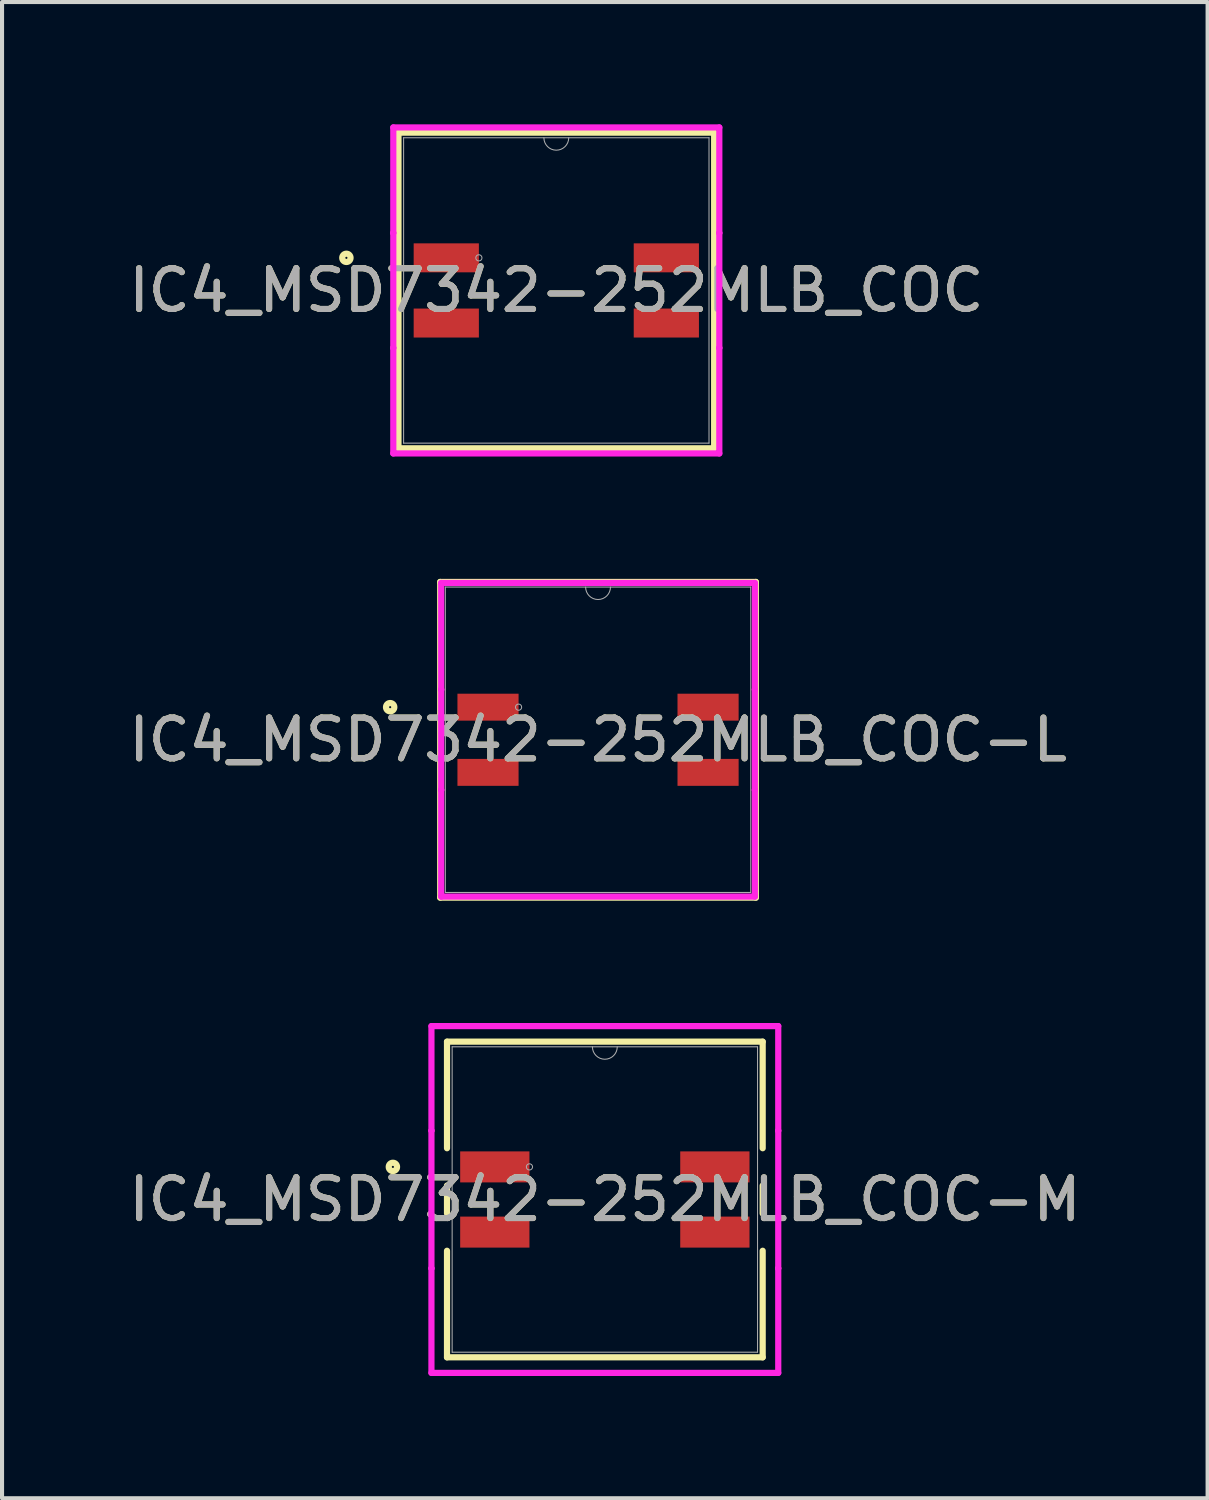
<source format=kicad_pcb>
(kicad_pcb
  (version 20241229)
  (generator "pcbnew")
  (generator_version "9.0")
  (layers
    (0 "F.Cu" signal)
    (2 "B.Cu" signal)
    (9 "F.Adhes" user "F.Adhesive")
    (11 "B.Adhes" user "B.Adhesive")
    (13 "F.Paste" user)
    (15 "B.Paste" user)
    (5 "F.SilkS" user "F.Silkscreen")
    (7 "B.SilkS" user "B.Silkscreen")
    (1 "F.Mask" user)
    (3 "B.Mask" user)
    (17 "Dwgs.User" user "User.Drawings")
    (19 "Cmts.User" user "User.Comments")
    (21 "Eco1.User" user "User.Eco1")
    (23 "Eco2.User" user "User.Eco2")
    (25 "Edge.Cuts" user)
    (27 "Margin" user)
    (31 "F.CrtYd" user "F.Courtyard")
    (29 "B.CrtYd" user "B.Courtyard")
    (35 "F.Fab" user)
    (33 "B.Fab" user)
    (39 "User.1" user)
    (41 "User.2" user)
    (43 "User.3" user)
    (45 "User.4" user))
  (footprint "IC4_MSD7342-252MLB_COC"
    (layer "F.Cu")
    (at 10.601 4.077)
    (property "Reference" "IC4_MSD7342-252MLB_COC" (at 0 0 0) (unlocked yes) (layer "F.SilkS") (effects (font (size 1 1) (thickness 0.15))))
    (attr smd)
    (fp_line (start -3.873 -3.873) (end -3.873 3.873) (stroke (width 0.152) (type solid)) (layer "F.SilkS"))
    (fp_line (start -3.873 3.873) (end 3.873 3.873) (stroke (width 0.152) (type solid)) (layer "F.SilkS"))
    (fp_line (start 3.873 -3.873) (end -3.873 -3.873) (stroke (width 0.152) (type solid)) (layer "F.SilkS"))
    (fp_line (start 3.873 3.873) (end 3.873 -3.873) (stroke (width 0.152) (type solid)) (layer "F.SilkS"))
    (fp_circle (center -5.151 -0.8) (end -5.049 -0.8) (stroke (width 0.152) (type solid)) (fill no) (layer "F.SilkS"))
    (fp_line (start -4 -4) (end 4 -4) (stroke (width 0.152) (type solid)) (layer "F.CrtYd"))
    (fp_line (start -4 -1.41) (end -4 -4) (stroke (width 0.152) (type solid)) (layer "F.CrtYd"))
    (fp_line (start -4 -1.41) (end -4 -1.41) (stroke (width 0.152) (type solid)) (layer "F.CrtYd"))
    (fp_line (start -4 1.41) (end -4 -1.41) (stroke (width 0.152) (type solid)) (layer "F.CrtYd"))
    (fp_line (start -4 1.41) (end -4 1.41) (stroke (width 0.152) (type solid)) (layer "F.CrtYd"))
    (fp_line (start -4 4) (end -4 1.41) (stroke (width 0.152) (type solid)) (layer "F.CrtYd"))
    (fp_line (start 4 -4) (end 4 -1.41) (stroke (width 0.152) (type solid)) (layer "F.CrtYd"))
    (fp_line (start 4 -1.41) (end 4 -1.41) (stroke (width 0.152) (type solid)) (layer "F.CrtYd"))
    (fp_line (start 4 -1.41) (end 4 1.41) (stroke (width 0.152) (type solid)) (layer "F.CrtYd"))
    (fp_line (start 4 1.41) (end 4 1.41) (stroke (width 0.152) (type solid)) (layer "F.CrtYd"))
    (fp_line (start 4 1.41) (end 4 4) (stroke (width 0.152) (type solid)) (layer "F.CrtYd"))
    (fp_line (start 4 4) (end -4 4) (stroke (width 0.152) (type solid)) (layer "F.CrtYd"))
    (fp_line (start -3.747 -3.747) (end -3.747 3.747) (stroke (width 0.025) (type solid)) (layer "F.Fab"))
    (fp_line (start -3.747 3.747) (end 3.747 3.747) (stroke (width 0.025) (type solid)) (layer "F.Fab"))
    (fp_line (start 3.747 -3.747) (end -3.747 -3.747) (stroke (width 0.025) (type solid)) (layer "F.Fab"))
    (fp_line (start 3.747 3.747) (end 3.747 -3.747) (stroke (width 0.025) (type solid)) (layer "F.Fab"))
    (fp_arc (start 0.3048 -3.7465) (mid 0 -3.4417) (end -0.3048 -3.7465) (stroke (width 0.0254) (type solid)) (layer "F.Fab"))
    (fp_circle (center -1.9 -0.8) (end -1.824 -0.8) (stroke (width 0.025) (type solid)) (fill no) (layer "F.Fab"))
    (fp_text user "${REFERENCE}" (at 0 0 0) (unlocked yes) (layer "F.Fab") (effects (font (size 1 1) (thickness 0.15))))
    (pad "1" smd rect (at -2.7 -0.8) (size 1.6 0.711) (layers "F.Cu" "F.Mask" "F.Paste"))
    (pad "2" smd rect (at -2.7 0.8) (size 1.6 0.711) (layers "F.Cu" "F.Mask" "F.Paste"))
    (pad "3" smd rect (at 2.7 0.8) (size 1.6 0.711) (layers "F.Cu" "F.Mask" "F.Paste"))
    (pad "4" smd rect (at 2.7 -0.8) (size 1.6 0.711) (layers "F.Cu" "F.Mask" "F.Paste")))
  (footprint "IC4_MSD7342-252MLB_COC-L"
    (layer "F.Cu")
    (at 11.625 15.103)
    (property "Reference" "IC4_MSD7342-252MLB_COC-L" (at 0 0 0) (unlocked yes) (layer "F.SilkS") (effects (font (size 1 1) (thickness 0.15))))
    (attr smd)
    (fp_line (start -3.873 -3.873) (end -3.873 3.873) (stroke (width 0.152) (type solid)) (layer "F.SilkS"))
    (fp_line (start -3.873 3.873) (end 3.873 3.873) (stroke (width 0.152) (type solid)) (layer "F.SilkS"))
    (fp_line (start 3.873 -3.873) (end -3.873 -3.873) (stroke (width 0.152) (type solid)) (layer "F.SilkS"))
    (fp_line (start 3.873 3.873) (end 3.873 -3.873) (stroke (width 0.152) (type solid)) (layer "F.SilkS"))
    (fp_circle (center -5.101 -0.8) (end -4.999 -0.8) (stroke (width 0.152) (type solid)) (fill no) (layer "F.SilkS"))
    (fp_line (start -3.848 -3.848) (end 3.848 -3.848) (stroke (width 0.152) (type solid)) (layer "F.CrtYd"))
    (fp_line (start -3.848 -1.232) (end -3.848 -3.848) (stroke (width 0.152) (type solid)) (layer "F.CrtYd"))
    (fp_line (start -3.848 -1.232) (end -3.848 -1.232) (stroke (width 0.152) (type solid)) (layer "F.CrtYd"))
    (fp_line (start -3.848 1.232) (end -3.848 -1.232) (stroke (width 0.152) (type solid)) (layer "F.CrtYd"))
    (fp_line (start -3.848 1.232) (end -3.848 1.232) (stroke (width 0.152) (type solid)) (layer "F.CrtYd"))
    (fp_line (start -3.848 3.848) (end -3.848 1.232) (stroke (width 0.152) (type solid)) (layer "F.CrtYd"))
    (fp_line (start 3.848 -3.848) (end 3.848 -1.232) (stroke (width 0.152) (type solid)) (layer "F.CrtYd"))
    (fp_line (start 3.848 -1.232) (end 3.848 -1.232) (stroke (width 0.152) (type solid)) (layer "F.CrtYd"))
    (fp_line (start 3.848 -1.232) (end 3.848 1.232) (stroke (width 0.152) (type solid)) (layer "F.CrtYd"))
    (fp_line (start 3.848 1.232) (end 3.848 1.232) (stroke (width 0.152) (type solid)) (layer "F.CrtYd"))
    (fp_line (start 3.848 1.232) (end 3.848 3.848) (stroke (width 0.152) (type solid)) (layer "F.CrtYd"))
    (fp_line (start 3.848 3.848) (end -3.848 3.848) (stroke (width 0.152) (type solid)) (layer "F.CrtYd"))
    (fp_line (start -3.747 -3.747) (end -3.747 3.747) (stroke (width 0.025) (type solid)) (layer "F.Fab"))
    (fp_line (start -3.747 3.747) (end 3.747 3.747) (stroke (width 0.025) (type solid)) (layer "F.Fab"))
    (fp_line (start 3.747 -3.747) (end -3.747 -3.747) (stroke (width 0.025) (type solid)) (layer "F.Fab"))
    (fp_line (start 3.747 3.747) (end 3.747 -3.747) (stroke (width 0.025) (type solid)) (layer "F.Fab"))
    (fp_arc (start 0.3048 -3.7465) (mid 0 -3.4417) (end -0.3048 -3.7465) (stroke (width 0.0254) (type solid)) (layer "F.Fab"))
    (fp_circle (center -1.95 -0.8) (end -1.874 -0.8) (stroke (width 0.025) (type solid)) (fill no) (layer "F.Fab"))
    (fp_text user "${REFERENCE}" (at 0 0 0) (unlocked yes) (layer "F.Fab") (effects (font (size 1 1) (thickness 0.15))))
    (pad "1" smd rect (at -2.7 -0.8) (size 1.5 0.661) (layers "F.Cu" "F.Mask" "F.Paste"))
    (pad "2" smd rect (at -2.7 0.8) (size 1.5 0.661) (layers "F.Cu" "F.Mask" "F.Paste"))
    (pad "3" smd rect (at 2.7 0.8) (size 1.5 0.661) (layers "F.Cu" "F.Mask" "F.Paste"))
    (pad "4" smd rect (at 2.7 -0.8) (size 1.5 0.661) (layers "F.Cu" "F.Mask" "F.Paste")))
  (footprint "IC4_MSD7342-252MLB_COC-M"
    (layer "F.Cu")
    (at 11.792 26.384)
    (property "Reference" "IC4_MSD7342-252MLB_COC-M" (at 0 0 0) (unlocked yes) (layer "F.SilkS") (effects (font (size 1 1) (thickness 0.15))))
    (attr smd)
    (fp_line (start -3.873 -3.873) (end -3.873 -1.258) (stroke (width 0.152) (type solid)) (layer "F.SilkS"))
    (fp_line (start -3.873 -0.342) (end -3.873 0.342) (stroke (width 0.152) (type solid)) (layer "F.SilkS"))
    (fp_line (start -3.873 1.258) (end -3.873 3.873) (stroke (width 0.152) (type solid)) (layer "F.SilkS"))
    (fp_line (start -3.873 3.873) (end 3.873 3.873) (stroke (width 0.152) (type solid)) (layer "F.SilkS"))
    (fp_line (start 3.873 -3.873) (end -3.873 -3.873) (stroke (width 0.152) (type solid)) (layer "F.SilkS"))
    (fp_line (start 3.873 -1.258) (end 3.873 -3.873) (stroke (width 0.152) (type solid)) (layer "F.SilkS"))
    (fp_line (start 3.873 0.342) (end 3.873 -0.342) (stroke (width 0.152) (type solid)) (layer "F.SilkS"))
    (fp_line (start 3.873 3.873) (end 3.873 1.258) (stroke (width 0.152) (type solid)) (layer "F.SilkS"))
    (fp_circle (center -5.201 -0.8) (end -5.099 -0.8) (stroke (width 0.152) (type solid)) (fill no) (layer "F.SilkS"))
    (fp_line (start -4.255 -4.255) (end 4.255 -4.255) (stroke (width 0.152) (type solid)) (layer "F.CrtYd"))
    (fp_line (start -4.255 -1.689) (end -4.255 -4.255) (stroke (width 0.152) (type solid)) (layer "F.CrtYd"))
    (fp_line (start -4.255 -1.689) (end -4.255 -1.689) (stroke (width 0.152) (type solid)) (layer "F.CrtYd"))
    (fp_line (start -4.255 1.689) (end -4.255 -1.689) (stroke (width 0.152) (type solid)) (layer "F.CrtYd"))
    (fp_line (start -4.255 1.689) (end -4.255 1.689) (stroke (width 0.152) (type solid)) (layer "F.CrtYd"))
    (fp_line (start -4.255 4.255) (end -4.255 1.689) (stroke (width 0.152) (type solid)) (layer "F.CrtYd"))
    (fp_line (start 4.255 -4.255) (end 4.255 -1.689) (stroke (width 0.152) (type solid)) (layer "F.CrtYd"))
    (fp_line (start 4.255 -1.689) (end 4.255 -1.689) (stroke (width 0.152) (type solid)) (layer "F.CrtYd"))
    (fp_line (start 4.255 -1.689) (end 4.255 1.689) (stroke (width 0.152) (type solid)) (layer "F.CrtYd"))
    (fp_line (start 4.255 1.689) (end 4.255 1.689) (stroke (width 0.152) (type solid)) (layer "F.CrtYd"))
    (fp_line (start 4.255 1.689) (end 4.255 4.255) (stroke (width 0.152) (type solid)) (layer "F.CrtYd"))
    (fp_line (start 4.255 4.255) (end -4.255 4.255) (stroke (width 0.152) (type solid)) (layer "F.CrtYd"))
    (fp_line (start -3.747 -3.747) (end -3.747 3.747) (stroke (width 0.025) (type solid)) (layer "F.Fab"))
    (fp_line (start -3.747 3.747) (end 3.747 3.747) (stroke (width 0.025) (type solid)) (layer "F.Fab"))
    (fp_line (start 3.747 -3.747) (end -3.747 -3.747) (stroke (width 0.025) (type solid)) (layer "F.Fab"))
    (fp_line (start 3.747 3.747) (end 3.747 -3.747) (stroke (width 0.025) (type solid)) (layer "F.Fab"))
    (fp_arc (start 0.3048 -3.7465) (mid 0 -3.4417) (end -0.3048 -3.7465) (stroke (width 0.0254) (type solid)) (layer "F.Fab"))
    (fp_circle (center -1.85 -0.8) (end -1.774 -0.8) (stroke (width 0.025) (type solid)) (fill no) (layer "F.Fab"))
    (fp_text user "${REFERENCE}" (at 0 0 0) (unlocked yes) (layer "F.Fab") (effects (font (size 1 1) (thickness 0.15))))
    (pad "1" smd rect (at -2.7 -0.8) (size 1.7 0.761) (layers "F.Cu" "F.Mask" "F.Paste"))
    (pad "2" smd rect (at -2.7 0.8) (size 1.7 0.761) (layers "F.Cu" "F.Mask" "F.Paste"))
    (pad "3" smd rect (at 2.7 0.8) (size 1.7 0.761) (layers "F.Cu" "F.Mask" "F.Paste"))
    (pad "4" smd rect (at 2.7 -0.8) (size 1.7 0.761) (layers "F.Cu" "F.Mask" "F.Paste")))
  (gr_rect
    (start -3 -3)
    (end 26.583 33.714)
    (stroke (width 0.1) (type default))
    (fill no)
    (layer "Edge.Cuts")))
</source>
